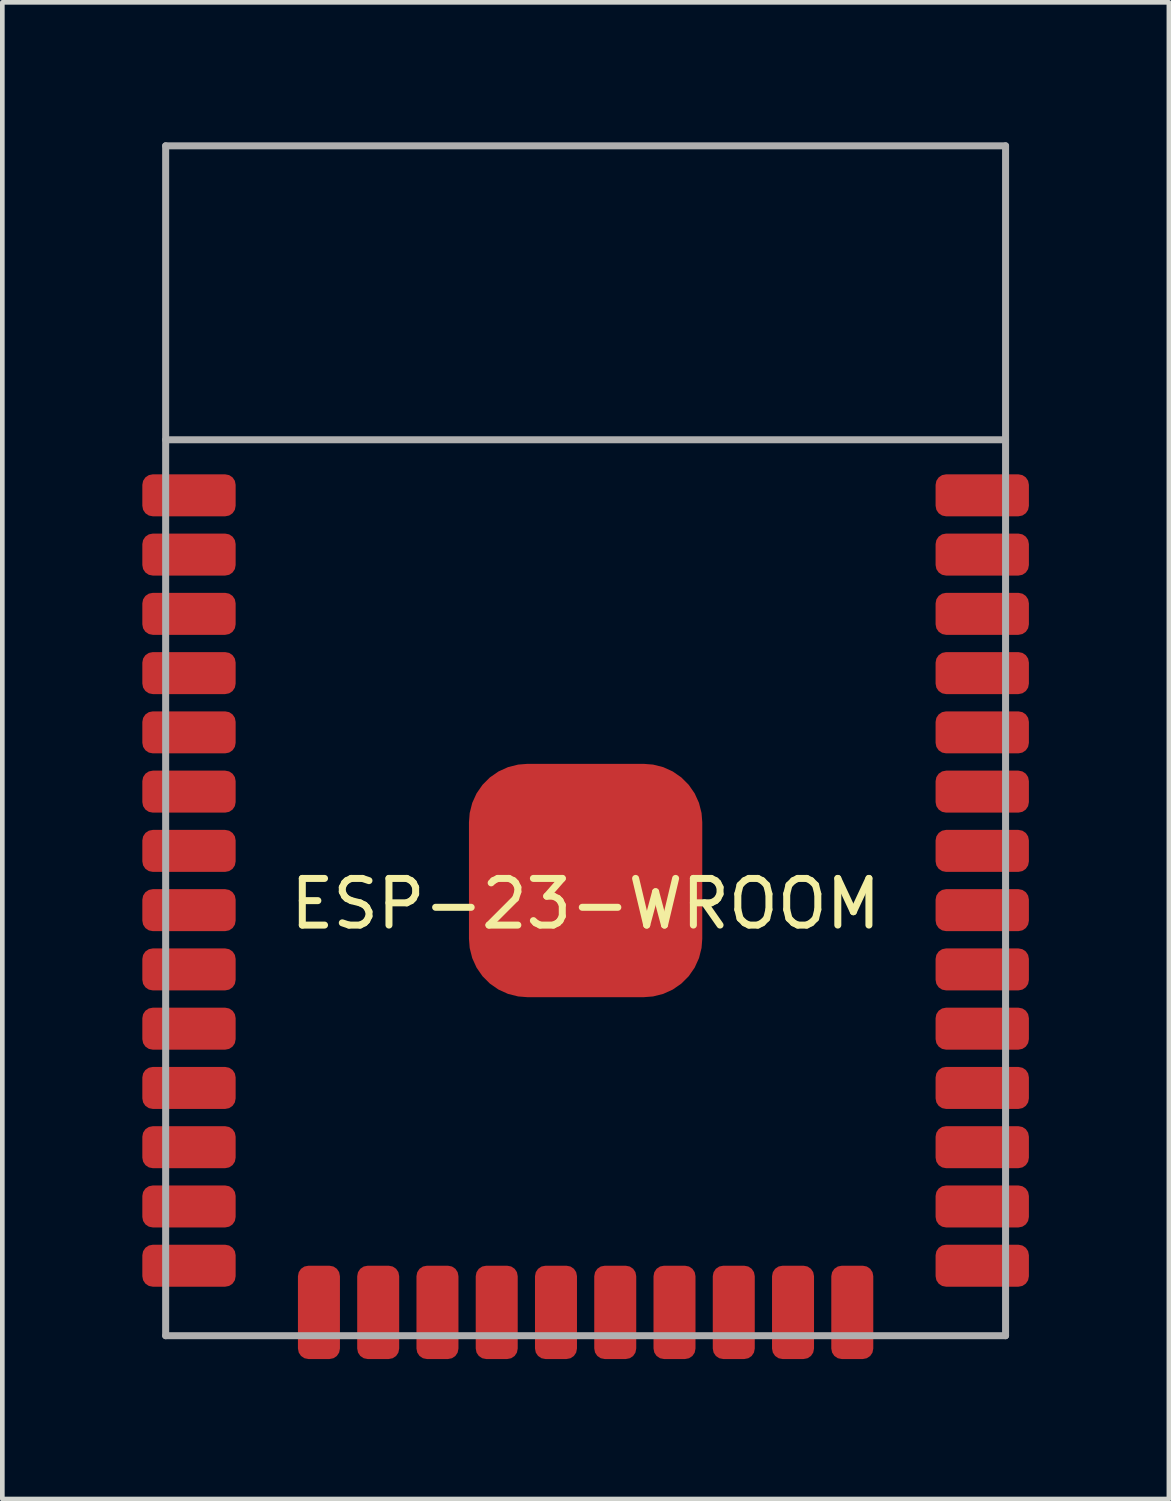
<source format=kicad_pcb>
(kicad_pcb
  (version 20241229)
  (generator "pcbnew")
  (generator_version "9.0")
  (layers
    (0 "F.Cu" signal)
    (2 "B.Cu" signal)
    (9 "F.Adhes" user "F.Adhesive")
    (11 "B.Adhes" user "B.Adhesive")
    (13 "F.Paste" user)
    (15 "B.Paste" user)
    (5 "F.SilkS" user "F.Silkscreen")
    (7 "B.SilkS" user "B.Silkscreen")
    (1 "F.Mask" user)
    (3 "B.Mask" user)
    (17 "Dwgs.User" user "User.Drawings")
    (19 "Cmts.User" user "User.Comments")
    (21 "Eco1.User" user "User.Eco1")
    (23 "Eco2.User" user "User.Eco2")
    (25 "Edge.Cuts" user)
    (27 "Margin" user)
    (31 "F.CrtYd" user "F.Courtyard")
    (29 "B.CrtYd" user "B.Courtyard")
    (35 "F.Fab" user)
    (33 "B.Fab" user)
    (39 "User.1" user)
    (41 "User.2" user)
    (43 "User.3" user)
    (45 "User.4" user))
  (footprint "ESP-23-WROOM"
    (layer "F.Cu")
    (at 9.5 15.82)
    (property "Reference" "ESP-23-WROOM" (at 0 0.5 0) (layer "F.SilkS") (effects (font (size 1 1) (thickness 0.15))))
    (attr through_hole)
    (fp_line (start -9 -15.745) (end -9 9.755) (stroke (width 0.15) (type solid)) (layer "F.Fab"))
    (fp_line (start -9 -15.745) (end 9 -15.745) (stroke (width 0.15) (type solid)) (layer "F.Fab"))
    (fp_line (start -9 -9.445) (end 9 -9.445) (stroke (width 0.15) (type solid)) (layer "F.Fab"))
    (fp_line (start -9 9.755) (end 9 9.755) (stroke (width 0.15) (type solid)) (layer "F.Fab"))
    (fp_line (start 9 -15.745) (end 9 9.755) (stroke (width 0.15) (type solid)) (layer "F.Fab"))
    (pad "1" smd roundrect (at -8.5 -8.255) (size 2 0.9) (layers "F.Cu" "F.Mask" "F.Paste") (roundrect_rratio 0.25))
    (pad "2" smd roundrect (at -8.5 -6.985) (size 2 0.9) (layers "F.Cu" "F.Mask" "F.Paste") (roundrect_rratio 0.25))
    (pad "3" smd roundrect (at -8.5 -5.715) (size 2 0.9) (layers "F.Cu" "F.Mask" "F.Paste") (roundrect_rratio 0.25))
    (pad "4" smd roundrect (at -8.5 -4.445) (size 2 0.9) (layers "F.Cu" "F.Mask" "F.Paste") (roundrect_rratio 0.25))
    (pad "5" smd roundrect (at -8.5 -3.175) (size 2 0.9) (layers "F.Cu" "F.Mask" "F.Paste") (roundrect_rratio 0.25))
    (pad "6" smd roundrect (at -8.5 -1.905) (size 2 0.9) (layers "F.Cu" "F.Mask" "F.Paste") (roundrect_rratio 0.25))
    (pad "7" smd roundrect (at -8.5 -0.635) (size 2 0.9) (layers "F.Cu" "F.Mask" "F.Paste") (roundrect_rratio 0.25))
    (pad "8" smd roundrect (at -8.5 0.635) (size 2 0.9) (layers "F.Cu" "F.Mask" "F.Paste") (roundrect_rratio 0.25))
    (pad "9" smd roundrect (at -8.5 1.905) (size 2 0.9) (layers "F.Cu" "F.Mask" "F.Paste") (roundrect_rratio 0.25))
    (pad "10" smd roundrect (at -8.5 3.175) (size 2 0.9) (layers "F.Cu" "F.Mask" "F.Paste") (roundrect_rratio 0.25))
    (pad "11" smd roundrect (at -8.5 4.445) (size 2 0.9) (layers "F.Cu" "F.Mask" "F.Paste") (roundrect_rratio 0.25))
    (pad "12" smd roundrect (at -8.5 5.715) (size 2 0.9) (layers "F.Cu" "F.Mask" "F.Paste") (roundrect_rratio 0.25))
    (pad "13" smd roundrect (at -8.5 6.985) (size 2 0.9) (layers "F.Cu" "F.Mask" "F.Paste") (roundrect_rratio 0.25))
    (pad "14" smd roundrect (at -8.5 8.255) (size 2 0.9) (layers "F.Cu" "F.Mask" "F.Paste") (roundrect_rratio 0.25))
    (pad "15" smd roundrect (at -5.715 9.255) (size 0.9 2) (layers "F.Cu" "F.Mask" "F.Paste") (roundrect_rratio 0.25))
    (pad "16" smd roundrect (at -4.445 9.255) (size 0.9 2) (layers "F.Cu" "F.Mask" "F.Paste") (roundrect_rratio 0.25))
    (pad "17" smd roundrect (at -3.175 9.255) (size 0.9 2) (layers "F.Cu" "F.Mask" "F.Paste") (roundrect_rratio 0.25))
    (pad "18" smd roundrect (at -1.905 9.255) (size 0.9 2) (layers "F.Cu" "F.Mask" "F.Paste") (roundrect_rratio 0.25))
    (pad "19" smd roundrect (at -0.635 9.255) (size 0.9 2) (layers "F.Cu" "F.Mask" "F.Paste") (roundrect_rratio 0.25))
    (pad "20" smd roundrect (at 0.635 9.255) (size 0.9 2) (layers "F.Cu" "F.Mask" "F.Paste") (roundrect_rratio 0.25))
    (pad "21" smd roundrect (at 1.905 9.255) (size 0.9 2) (layers "F.Cu" "F.Mask" "F.Paste") (roundrect_rratio 0.25))
    (pad "22" smd roundrect (at 3.175 9.255) (size 0.9 2) (layers "F.Cu" "F.Mask" "F.Paste") (roundrect_rratio 0.25))
    (pad "23" smd roundrect (at 4.445 9.255) (size 0.9 2) (layers "F.Cu" "F.Mask" "F.Paste") (roundrect_rratio 0.25))
    (pad "24" smd roundrect (at 5.715 9.255) (size 0.9 2) (layers "F.Cu" "F.Mask" "F.Paste") (roundrect_rratio 0.25))
    (pad "25" smd roundrect (at 8.5 8.255) (size 2 0.9) (layers "F.Cu" "F.Mask" "F.Paste") (roundrect_rratio 0.25))
    (pad "26" smd roundrect (at 8.5 6.985) (size 2 0.9) (layers "F.Cu" "F.Mask" "F.Paste") (roundrect_rratio 0.25))
    (pad "27" smd roundrect (at 8.5 5.715) (size 2 0.9) (layers "F.Cu" "F.Mask" "F.Paste") (roundrect_rratio 0.25))
    (pad "28" smd roundrect (at 8.5 4.445) (size 2 0.9) (layers "F.Cu" "F.Mask" "F.Paste") (roundrect_rratio 0.25))
    (pad "29" smd roundrect (at 8.5 3.175) (size 2 0.9) (layers "F.Cu" "F.Mask" "F.Paste") (roundrect_rratio 0.25))
    (pad "30" smd roundrect (at 8.5 1.905) (size 2 0.9) (layers "F.Cu" "F.Mask" "F.Paste") (roundrect_rratio 0.25))
    (pad "31" smd roundrect (at 8.5 0.635) (size 2 0.9) (layers "F.Cu" "F.Mask" "F.Paste") (roundrect_rratio 0.25))
    (pad "32" smd roundrect (at 8.5 -0.635) (size 2 0.9) (layers "F.Cu" "F.Mask" "F.Paste") (roundrect_rratio 0.25))
    (pad "33" smd roundrect (at 8.5 -1.905) (size 2 0.9) (layers "F.Cu" "F.Mask" "F.Paste") (roundrect_rratio 0.25))
    (pad "34" smd roundrect (at 8.5 -3.175) (size 2 0.9) (layers "F.Cu" "F.Mask" "F.Paste") (roundrect_rratio 0.25))
    (pad "35" smd roundrect (at 8.5 -4.445) (size 2 0.9) (layers "F.Cu" "F.Mask" "F.Paste") (roundrect_rratio 0.25))
    (pad "36" smd roundrect (at 8.5 -5.715) (size 2 0.9) (layers "F.Cu" "F.Mask" "F.Paste") (roundrect_rratio 0.25))
    (pad "37" smd roundrect (at 8.5 -6.985) (size 2 0.9) (layers "F.Cu" "F.Mask" "F.Paste") (roundrect_rratio 0.25))
    (pad "38" smd roundrect (at 8.5 -8.255) (size 2 0.9) (layers "F.Cu" "F.Mask" "F.Paste") (roundrect_rratio 0.25))
    (pad "39" smd roundrect (at 0 0) (size 5 5) (layers "F.Cu" "F.Mask" "F.Paste") (roundrect_rratio 0.25)))
  (gr_rect
    (start -3 -3)
    (end 22 29.075)
    (stroke (width 0.1) (type default))
    (fill no)
    (layer "Edge.Cuts")))
</source>
